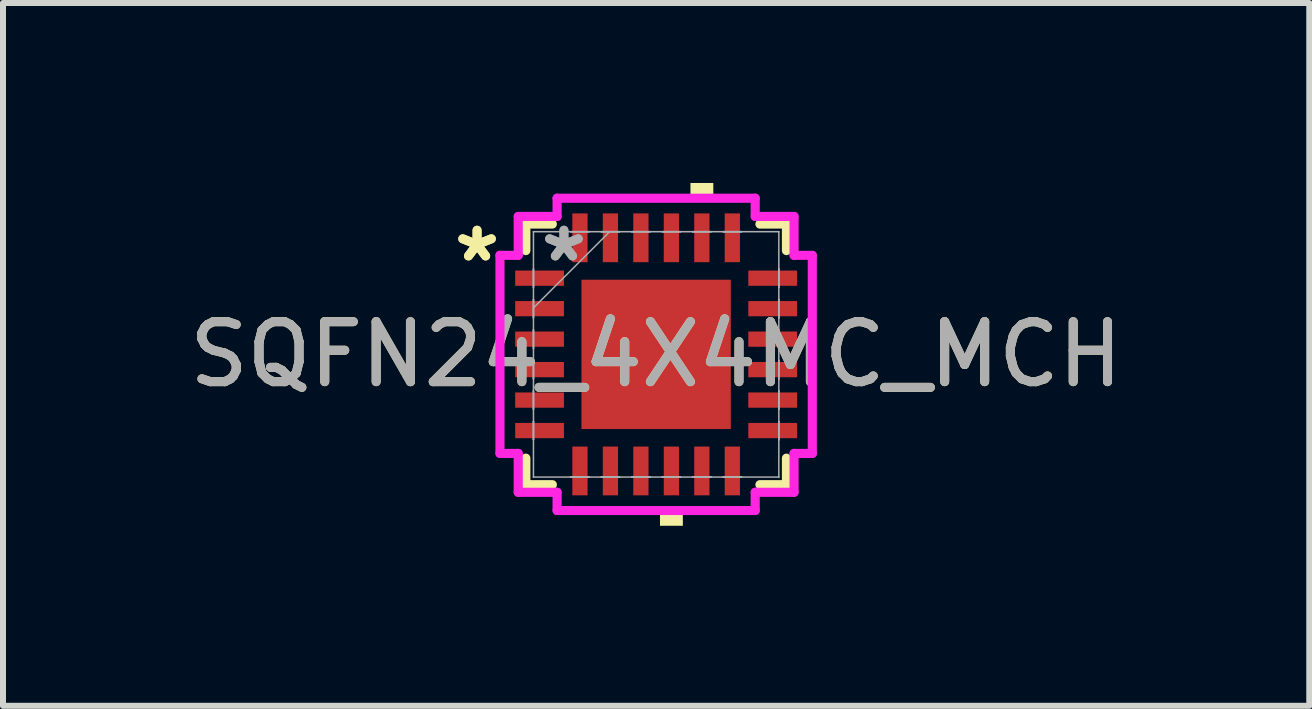
<source format=kicad_pcb>
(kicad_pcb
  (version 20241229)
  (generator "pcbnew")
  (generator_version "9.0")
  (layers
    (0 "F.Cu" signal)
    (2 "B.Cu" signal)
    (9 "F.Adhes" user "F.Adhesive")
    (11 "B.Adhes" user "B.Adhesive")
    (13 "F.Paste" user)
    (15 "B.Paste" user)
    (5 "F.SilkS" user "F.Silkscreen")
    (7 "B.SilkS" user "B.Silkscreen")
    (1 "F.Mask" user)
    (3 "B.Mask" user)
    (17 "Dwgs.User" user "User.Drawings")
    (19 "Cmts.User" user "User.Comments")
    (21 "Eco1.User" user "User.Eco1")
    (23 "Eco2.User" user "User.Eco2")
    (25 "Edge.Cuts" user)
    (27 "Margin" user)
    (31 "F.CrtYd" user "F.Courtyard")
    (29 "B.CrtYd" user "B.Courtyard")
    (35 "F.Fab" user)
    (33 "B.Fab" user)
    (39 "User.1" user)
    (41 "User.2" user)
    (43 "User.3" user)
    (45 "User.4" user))
  (footprint "SQFN24_4X4MC_MCH"
    (layer "F.Cu")
    (at 7.887 2.857)
    (property "Reference" "SQFN24_4X4MC_MCH" (at 0 0 0) (unlocked yes) (layer "F.SilkS") (effects (font (size 1 1) (thickness 0.15))))
    (attr smd)
    (fp_line (start -2.172 -2.172) (end -2.172 -1.73) (stroke (width 0.152) (type solid)) (layer "F.SilkS"))
    (fp_line (start -2.172 1.73) (end -2.172 2.172) (stroke (width 0.152) (type solid)) (layer "F.SilkS"))
    (fp_line (start -2.172 2.172) (end -1.73 2.172) (stroke (width 0.152) (type solid)) (layer "F.SilkS"))
    (fp_line (start -1.73 -2.172) (end -2.172 -2.172) (stroke (width 0.152) (type solid)) (layer "F.SilkS"))
    (fp_line (start 1.73 2.172) (end 2.172 2.172) (stroke (width 0.152) (type solid)) (layer "F.SilkS"))
    (fp_line (start 2.172 -2.172) (end 1.73 -2.172) (stroke (width 0.152) (type solid)) (layer "F.SilkS"))
    (fp_line (start 2.172 -1.73) (end 2.172 -2.172) (stroke (width 0.152) (type solid)) (layer "F.SilkS"))
    (fp_line (start 2.172 2.172) (end 2.172 1.73) (stroke (width 0.152) (type solid)) (layer "F.SilkS"))
    (fp_poly (pts (xy 0.064 2.603) (xy 0.064 2.857) (xy 0.445 2.857) (xy 0.445 2.603)) (stroke (width 0) (type solid)) (fill yes) (layer "F.SilkS"))
    (fp_poly (pts (xy 0.572 -2.603) (xy 0.572 -2.857) (xy 0.953 -2.857) (xy 0.953 -2.603)) (stroke (width 0) (type solid)) (fill yes) (layer "F.SilkS"))
    (fp_line (start -2.603 -1.651) (end -2.299 -1.651) (stroke (width 0.152) (type solid)) (layer "F.CrtYd"))
    (fp_line (start -2.603 1.651) (end -2.603 -1.651) (stroke (width 0.152) (type solid)) (layer "F.CrtYd"))
    (fp_line (start -2.299 -2.299) (end -1.651 -2.299) (stroke (width 0.152) (type solid)) (layer "F.CrtYd"))
    (fp_line (start -2.299 -1.651) (end -2.299 -2.299) (stroke (width 0.152) (type solid)) (layer "F.CrtYd"))
    (fp_line (start -2.299 1.651) (end -2.603 1.651) (stroke (width 0.152) (type solid)) (layer "F.CrtYd"))
    (fp_line (start -2.299 2.299) (end -2.299 1.651) (stroke (width 0.152) (type solid)) (layer "F.CrtYd"))
    (fp_line (start -1.651 -2.603) (end 1.651 -2.603) (stroke (width 0.152) (type solid)) (layer "F.CrtYd"))
    (fp_line (start -1.651 -2.299) (end -1.651 -2.603) (stroke (width 0.152) (type solid)) (layer "F.CrtYd"))
    (fp_line (start -1.651 2.299) (end -2.299 2.299) (stroke (width 0.152) (type solid)) (layer "F.CrtYd"))
    (fp_line (start -1.651 2.603) (end -1.651 2.299) (stroke (width 0.152) (type solid)) (layer "F.CrtYd"))
    (fp_line (start 1.651 -2.603) (end 1.651 -2.299) (stroke (width 0.152) (type solid)) (layer "F.CrtYd"))
    (fp_line (start 1.651 -2.299) (end 2.299 -2.299) (stroke (width 0.152) (type solid)) (layer "F.CrtYd"))
    (fp_line (start 1.651 2.299) (end 1.651 2.603) (stroke (width 0.152) (type solid)) (layer "F.CrtYd"))
    (fp_line (start 1.651 2.603) (end -1.651 2.603) (stroke (width 0.152) (type solid)) (layer "F.CrtYd"))
    (fp_line (start 2.299 -2.299) (end 2.299 -1.651) (stroke (width 0.152) (type solid)) (layer "F.CrtYd"))
    (fp_line (start 2.299 -1.651) (end 2.603 -1.651) (stroke (width 0.152) (type solid)) (layer "F.CrtYd"))
    (fp_line (start 2.299 1.651) (end 2.299 2.299) (stroke (width 0.152) (type solid)) (layer "F.CrtYd"))
    (fp_line (start 2.299 2.299) (end 1.651 2.299) (stroke (width 0.152) (type solid)) (layer "F.CrtYd"))
    (fp_line (start 2.603 -1.651) (end 2.603 1.651) (stroke (width 0.152) (type solid)) (layer "F.CrtYd"))
    (fp_line (start 2.603 1.651) (end 2.299 1.651) (stroke (width 0.152) (type solid)) (layer "F.CrtYd"))
    (fp_line (start -2.045 -2.045) (end -2.045 -2.045) (stroke (width 0.025) (type solid)) (layer "F.Fab"))
    (fp_line (start -2.045 -2.045) (end -2.045 2.045) (stroke (width 0.025) (type solid)) (layer "F.Fab"))
    (fp_line (start -2.045 -1.422) (end -2.045 -1.422) (stroke (width 0.025) (type solid)) (layer "F.Fab"))
    (fp_line (start -2.045 -1.422) (end -2.045 -1.118) (stroke (width 0.025) (type solid)) (layer "F.Fab"))
    (fp_line (start -2.045 -1.118) (end -2.045 -1.422) (stroke (width 0.025) (type solid)) (layer "F.Fab"))
    (fp_line (start -2.045 -1.118) (end -2.045 -1.118) (stroke (width 0.025) (type solid)) (layer "F.Fab"))
    (fp_line (start -2.045 -0.914) (end -2.045 -0.914) (stroke (width 0.025) (type solid)) (layer "F.Fab"))
    (fp_line (start -2.045 -0.914) (end -2.045 -0.61) (stroke (width 0.025) (type solid)) (layer "F.Fab"))
    (fp_line (start -2.045 -0.775) (end -0.775 -2.045) (stroke (width 0.025) (type solid)) (layer "F.Fab"))
    (fp_line (start -2.045 -0.61) (end -2.045 -0.914) (stroke (width 0.025) (type solid)) (layer "F.Fab"))
    (fp_line (start -2.045 -0.61) (end -2.045 -0.61) (stroke (width 0.025) (type solid)) (layer "F.Fab"))
    (fp_line (start -2.045 -0.406) (end -2.045 -0.406) (stroke (width 0.025) (type solid)) (layer "F.Fab"))
    (fp_line (start -2.045 -0.406) (end -2.045 -0.102) (stroke (width 0.025) (type solid)) (layer "F.Fab"))
    (fp_line (start -2.045 -0.102) (end -2.045 -0.406) (stroke (width 0.025) (type solid)) (layer "F.Fab"))
    (fp_line (start -2.045 -0.102) (end -2.045 -0.102) (stroke (width 0.025) (type solid)) (layer "F.Fab"))
    (fp_line (start -2.045 0.102) (end -2.045 0.102) (stroke (width 0.025) (type solid)) (layer "F.Fab"))
    (fp_line (start -2.045 0.102) (end -2.045 0.406) (stroke (width 0.025) (type solid)) (layer "F.Fab"))
    (fp_line (start -2.045 0.406) (end -2.045 0.102) (stroke (width 0.025) (type solid)) (layer "F.Fab"))
    (fp_line (start -2.045 0.406) (end -2.045 0.406) (stroke (width 0.025) (type solid)) (layer "F.Fab"))
    (fp_line (start -2.045 0.61) (end -2.045 0.61) (stroke (width 0.025) (type solid)) (layer "F.Fab"))
    (fp_line (start -2.045 0.61) (end -2.045 0.914) (stroke (width 0.025) (type solid)) (layer "F.Fab"))
    (fp_line (start -2.045 0.914) (end -2.045 0.61) (stroke (width 0.025) (type solid)) (layer "F.Fab"))
    (fp_line (start -2.045 0.914) (end -2.045 0.914) (stroke (width 0.025) (type solid)) (layer "F.Fab"))
    (fp_line (start -2.045 1.118) (end -2.045 1.118) (stroke (width 0.025) (type solid)) (layer "F.Fab"))
    (fp_line (start -2.045 1.118) (end -2.045 1.422) (stroke (width 0.025) (type solid)) (layer "F.Fab"))
    (fp_line (start -2.045 1.422) (end -2.045 1.118) (stroke (width 0.025) (type solid)) (layer "F.Fab"))
    (fp_line (start -2.045 1.422) (end -2.045 1.422) (stroke (width 0.025) (type solid)) (layer "F.Fab"))
    (fp_line (start -2.045 2.045) (end -2.045 2.045) (stroke (width 0.025) (type solid)) (layer "F.Fab"))
    (fp_line (start -2.045 2.045) (end 2.045 2.045) (stroke (width 0.025) (type solid)) (layer "F.Fab"))
    (fp_line (start -1.422 -2.045) (end -1.422 -2.045) (stroke (width 0.025) (type solid)) (layer "F.Fab"))
    (fp_line (start -1.422 -2.045) (end -1.118 -2.045) (stroke (width 0.025) (type solid)) (layer "F.Fab"))
    (fp_line (start -1.422 2.045) (end -1.422 2.045) (stroke (width 0.025) (type solid)) (layer "F.Fab"))
    (fp_line (start -1.422 2.045) (end -1.118 2.045) (stroke (width 0.025) (type solid)) (layer "F.Fab"))
    (fp_line (start -1.118 -2.045) (end -1.422 -2.045) (stroke (width 0.025) (type solid)) (layer "F.Fab"))
    (fp_line (start -1.118 -2.045) (end -1.118 -2.045) (stroke (width 0.025) (type solid)) (layer "F.Fab"))
    (fp_line (start -1.118 2.045) (end -1.422 2.045) (stroke (width 0.025) (type solid)) (layer "F.Fab"))
    (fp_line (start -1.118 2.045) (end -1.118 2.045) (stroke (width 0.025) (type solid)) (layer "F.Fab"))
    (fp_line (start -0.914 -2.045) (end -0.914 -2.045) (stroke (width 0.025) (type solid)) (layer "F.Fab"))
    (fp_line (start -0.914 -2.045) (end -0.61 -2.045) (stroke (width 0.025) (type solid)) (layer "F.Fab"))
    (fp_line (start -0.914 2.045) (end -0.914 2.045) (stroke (width 0.025) (type solid)) (layer "F.Fab"))
    (fp_line (start -0.914 2.045) (end -0.61 2.045) (stroke (width 0.025) (type solid)) (layer "F.Fab"))
    (fp_line (start -0.61 -2.045) (end -0.914 -2.045) (stroke (width 0.025) (type solid)) (layer "F.Fab"))
    (fp_line (start -0.61 -2.045) (end -0.61 -2.045) (stroke (width 0.025) (type solid)) (layer "F.Fab"))
    (fp_line (start -0.61 2.045) (end -0.914 2.045) (stroke (width 0.025) (type solid)) (layer "F.Fab"))
    (fp_line (start -0.61 2.045) (end -0.61 2.045) (stroke (width 0.025) (type solid)) (layer "F.Fab"))
    (fp_line (start -0.406 -2.045) (end -0.406 -2.045) (stroke (width 0.025) (type solid)) (layer "F.Fab"))
    (fp_line (start -0.406 -2.045) (end -0.102 -2.045) (stroke (width 0.025) (type solid)) (layer "F.Fab"))
    (fp_line (start -0.406 2.045) (end -0.406 2.045) (stroke (width 0.025) (type solid)) (layer "F.Fab"))
    (fp_line (start -0.406 2.045) (end -0.102 2.045) (stroke (width 0.025) (type solid)) (layer "F.Fab"))
    (fp_line (start -0.102 -2.045) (end -0.406 -2.045) (stroke (width 0.025) (type solid)) (layer "F.Fab"))
    (fp_line (start -0.102 -2.045) (end -0.102 -2.045) (stroke (width 0.025) (type solid)) (layer "F.Fab"))
    (fp_line (start -0.102 2.045) (end -0.406 2.045) (stroke (width 0.025) (type solid)) (layer "F.Fab"))
    (fp_line (start -0.102 2.045) (end -0.102 2.045) (stroke (width 0.025) (type solid)) (layer "F.Fab"))
    (fp_line (start 0.102 -2.045) (end 0.102 -2.045) (stroke (width 0.025) (type solid)) (layer "F.Fab"))
    (fp_line (start 0.102 -2.045) (end 0.406 -2.045) (stroke (width 0.025) (type solid)) (layer "F.Fab"))
    (fp_line (start 0.102 2.045) (end 0.102 2.045) (stroke (width 0.025) (type solid)) (layer "F.Fab"))
    (fp_line (start 0.102 2.045) (end 0.406 2.045) (stroke (width 0.025) (type solid)) (layer "F.Fab"))
    (fp_line (start 0.406 -2.045) (end 0.102 -2.045) (stroke (width 0.025) (type solid)) (layer "F.Fab"))
    (fp_line (start 0.406 -2.045) (end 0.406 -2.045) (stroke (width 0.025) (type solid)) (layer "F.Fab"))
    (fp_line (start 0.406 2.045) (end 0.102 2.045) (stroke (width 0.025) (type solid)) (layer "F.Fab"))
    (fp_line (start 0.406 2.045) (end 0.406 2.045) (stroke (width 0.025) (type solid)) (layer "F.Fab"))
    (fp_line (start 0.61 -2.045) (end 0.61 -2.045) (stroke (width 0.025) (type solid)) (layer "F.Fab"))
    (fp_line (start 0.61 -2.045) (end 0.914 -2.045) (stroke (width 0.025) (type solid)) (layer "F.Fab"))
    (fp_line (start 0.61 2.045) (end 0.61 2.045) (stroke (width 0.025) (type solid)) (layer "F.Fab"))
    (fp_line (start 0.61 2.045) (end 0.914 2.045) (stroke (width 0.025) (type solid)) (layer "F.Fab"))
    (fp_line (start 0.914 -2.045) (end 0.61 -2.045) (stroke (width 0.025) (type solid)) (layer "F.Fab"))
    (fp_line (start 0.914 -2.045) (end 0.914 -2.045) (stroke (width 0.025) (type solid)) (layer "F.Fab"))
    (fp_line (start 0.914 2.045) (end 0.61 2.045) (stroke (width 0.025) (type solid)) (layer "F.Fab"))
    (fp_line (start 0.914 2.045) (end 0.914 2.045) (stroke (width 0.025) (type solid)) (layer "F.Fab"))
    (fp_line (start 1.118 -2.045) (end 1.118 -2.045) (stroke (width 0.025) (type solid)) (layer "F.Fab"))
    (fp_line (start 1.118 -2.045) (end 1.422 -2.045) (stroke (width 0.025) (type solid)) (layer "F.Fab"))
    (fp_line (start 1.118 2.045) (end 1.118 2.045) (stroke (width 0.025) (type solid)) (layer "F.Fab"))
    (fp_line (start 1.118 2.045) (end 1.422 2.045) (stroke (width 0.025) (type solid)) (layer "F.Fab"))
    (fp_line (start 1.422 -2.045) (end 1.118 -2.045) (stroke (width 0.025) (type solid)) (layer "F.Fab"))
    (fp_line (start 1.422 -2.045) (end 1.422 -2.045) (stroke (width 0.025) (type solid)) (layer "F.Fab"))
    (fp_line (start 1.422 2.045) (end 1.118 2.045) (stroke (width 0.025) (type solid)) (layer "F.Fab"))
    (fp_line (start 1.422 2.045) (end 1.422 2.045) (stroke (width 0.025) (type solid)) (layer "F.Fab"))
    (fp_line (start 2.045 -2.045) (end -2.045 -2.045) (stroke (width 0.025) (type solid)) (layer "F.Fab"))
    (fp_line (start 2.045 -2.045) (end 2.045 -2.045) (stroke (width 0.025) (type solid)) (layer "F.Fab"))
    (fp_line (start 2.045 -1.422) (end 2.045 -1.422) (stroke (width 0.025) (type solid)) (layer "F.Fab"))
    (fp_line (start 2.045 -1.422) (end 2.045 -1.118) (stroke (width 0.025) (type solid)) (layer "F.Fab"))
    (fp_line (start 2.045 -1.118) (end 2.045 -1.422) (stroke (width 0.025) (type solid)) (layer "F.Fab"))
    (fp_line (start 2.045 -1.118) (end 2.045 -1.118) (stroke (width 0.025) (type solid)) (layer "F.Fab"))
    (fp_line (start 2.045 -0.914) (end 2.045 -0.914) (stroke (width 0.025) (type solid)) (layer "F.Fab"))
    (fp_line (start 2.045 -0.914) (end 2.045 -0.61) (stroke (width 0.025) (type solid)) (layer "F.Fab"))
    (fp_line (start 2.045 -0.61) (end 2.045 -0.914) (stroke (width 0.025) (type solid)) (layer "F.Fab"))
    (fp_line (start 2.045 -0.61) (end 2.045 -0.61) (stroke (width 0.025) (type solid)) (layer "F.Fab"))
    (fp_line (start 2.045 -0.406) (end 2.045 -0.406) (stroke (width 0.025) (type solid)) (layer "F.Fab"))
    (fp_line (start 2.045 -0.406) (end 2.045 -0.102) (stroke (width 0.025) (type solid)) (layer "F.Fab"))
    (fp_line (start 2.045 -0.102) (end 2.045 -0.406) (stroke (width 0.025) (type solid)) (layer "F.Fab"))
    (fp_line (start 2.045 -0.102) (end 2.045 -0.102) (stroke (width 0.025) (type solid)) (layer "F.Fab"))
    (fp_line (start 2.045 0.102) (end 2.045 0.102) (stroke (width 0.025) (type solid)) (layer "F.Fab"))
    (fp_line (start 2.045 0.102) (end 2.045 0.406) (stroke (width 0.025) (type solid)) (layer "F.Fab"))
    (fp_line (start 2.045 0.406) (end 2.045 0.102) (stroke (width 0.025) (type solid)) (layer "F.Fab"))
    (fp_line (start 2.045 0.406) (end 2.045 0.406) (stroke (width 0.025) (type solid)) (layer "F.Fab"))
    (fp_line (start 2.045 0.61) (end 2.045 0.61) (stroke (width 0.025) (type solid)) (layer "F.Fab"))
    (fp_line (start 2.045 0.61) (end 2.045 0.914) (stroke (width 0.025) (type solid)) (layer "F.Fab"))
    (fp_line (start 2.045 0.914) (end 2.045 0.61) (stroke (width 0.025) (type solid)) (layer "F.Fab"))
    (fp_line (start 2.045 0.914) (end 2.045 0.914) (stroke (width 0.025) (type solid)) (layer "F.Fab"))
    (fp_line (start 2.045 1.118) (end 2.045 1.118) (stroke (width 0.025) (type solid)) (layer "F.Fab"))
    (fp_line (start 2.045 1.118) (end 2.045 1.422) (stroke (width 0.025) (type solid)) (layer "F.Fab"))
    (fp_line (start 2.045 1.422) (end 2.045 1.118) (stroke (width 0.025) (type solid)) (layer "F.Fab"))
    (fp_line (start 2.045 1.422) (end 2.045 1.422) (stroke (width 0.025) (type solid)) (layer "F.Fab"))
    (fp_line (start 2.045 2.045) (end 2.045 -2.045) (stroke (width 0.025) (type solid)) (layer "F.Fab"))
    (fp_line (start 2.045 2.045) (end 2.045 2.045) (stroke (width 0.025) (type solid)) (layer "F.Fab"))
    (fp_text user "*" (at -2.985 -1.524 0) (unlocked yes) (layer "F.SilkS") (effects (font (size 1 1) (thickness 0.15))))
    (fp_text user "*" (at -2.985 -1.524 0) (layer "F.SilkS") (effects (font (size 1 1) (thickness 0.15))))
    (fp_text user "*" (at -1.537 -1.524 0) (layer "F.Fab") (effects (font (size 1 1) (thickness 0.15))))
    (fp_text user "*" (at -1.537 -1.524 0) (unlocked yes) (layer "F.Fab") (effects (font (size 1 1) (thickness 0.15))))
    (fp_text user "${REFERENCE}" (at 0 0 0) (unlocked yes) (layer "F.Fab") (effects (font (size 1 1) (thickness 0.15))))
    (pad "1" smd rect (at -1.943 -1.27 90) (size 0.254 0.813) (layers "F.Cu" "F.Mask" "F.Paste"))
    (pad "2" smd rect (at -1.943 -0.762 90) (size 0.254 0.813) (layers "F.Cu" "F.Mask" "F.Paste"))
    (pad "3" smd rect (at -1.943 -0.254 90) (size 0.254 0.813) (layers "F.Cu" "F.Mask" "F.Paste"))
    (pad "4" smd rect (at -1.943 0.254 90) (size 0.254 0.813) (layers "F.Cu" "F.Mask" "F.Paste"))
    (pad "5" smd rect (at -1.943 0.762 90) (size 0.254 0.813) (layers "F.Cu" "F.Mask" "F.Paste"))
    (pad "6" smd rect (at -1.943 1.27 90) (size 0.254 0.813) (layers "F.Cu" "F.Mask" "F.Paste"))
    (pad "7" smd rect (at -1.27 1.943) (size 0.254 0.813) (layers "F.Cu" "F.Mask" "F.Paste"))
    (pad "8" smd rect (at -0.762 1.943) (size 0.254 0.813) (layers "F.Cu" "F.Mask" "F.Paste"))
    (pad "9" smd rect (at -0.254 1.943) (size 0.254 0.813) (layers "F.Cu" "F.Mask" "F.Paste"))
    (pad "10" smd rect (at 0.254 1.943) (size 0.254 0.813) (layers "F.Cu" "F.Mask" "F.Paste"))
    (pad "11" smd rect (at 0.762 1.943) (size 0.254 0.813) (layers "F.Cu" "F.Mask" "F.Paste"))
    (pad "12" smd rect (at 1.27 1.943) (size 0.254 0.813) (layers "F.Cu" "F.Mask" "F.Paste"))
    (pad "13" smd rect (at 1.943 1.27 90) (size 0.254 0.813) (layers "F.Cu" "F.Mask" "F.Paste"))
    (pad "14" smd rect (at 1.943 0.762 90) (size 0.254 0.813) (layers "F.Cu" "F.Mask" "F.Paste"))
    (pad "15" smd rect (at 1.943 0.254 90) (size 0.254 0.813) (layers "F.Cu" "F.Mask" "F.Paste"))
    (pad "16" smd rect (at 1.943 -0.254 90) (size 0.254 0.813) (layers "F.Cu" "F.Mask" "F.Paste"))
    (pad "17" smd rect (at 1.943 -0.762 90) (size 0.254 0.813) (layers "F.Cu" "F.Mask" "F.Paste"))
    (pad "18" smd rect (at 1.943 -1.27 90) (size 0.254 0.813) (layers "F.Cu" "F.Mask" "F.Paste"))
    (pad "19" smd rect (at 1.27 -1.943) (size 0.254 0.813) (layers "F.Cu" "F.Mask" "F.Paste"))
    (pad "20" smd rect (at 0.762 -1.943) (size 0.254 0.813) (layers "F.Cu" "F.Mask" "F.Paste"))
    (pad "21" smd rect (at 0.254 -1.943) (size 0.254 0.813) (layers "F.Cu" "F.Mask" "F.Paste"))
    (pad "22" smd rect (at -0.254 -1.943) (size 0.254 0.813) (layers "F.Cu" "F.Mask" "F.Paste"))
    (pad "23" smd rect (at -0.762 -1.943) (size 0.254 0.813) (layers "F.Cu" "F.Mask" "F.Paste"))
    (pad "24" smd rect (at -1.27 -1.943) (size 0.254 0.813) (layers "F.Cu" "F.Mask" "F.Paste"))
    (pad "25" smd rect (at 0 0) (size 2.489 2.489) (layers "F.Cu" "F.Mask" "F.Paste")))
  (gr_rect
    (start -3 -3)
    (end 18.774 8.715)
    (stroke (width 0.1) (type default))
    (fill no)
    (layer "Edge.Cuts")))
</source>
